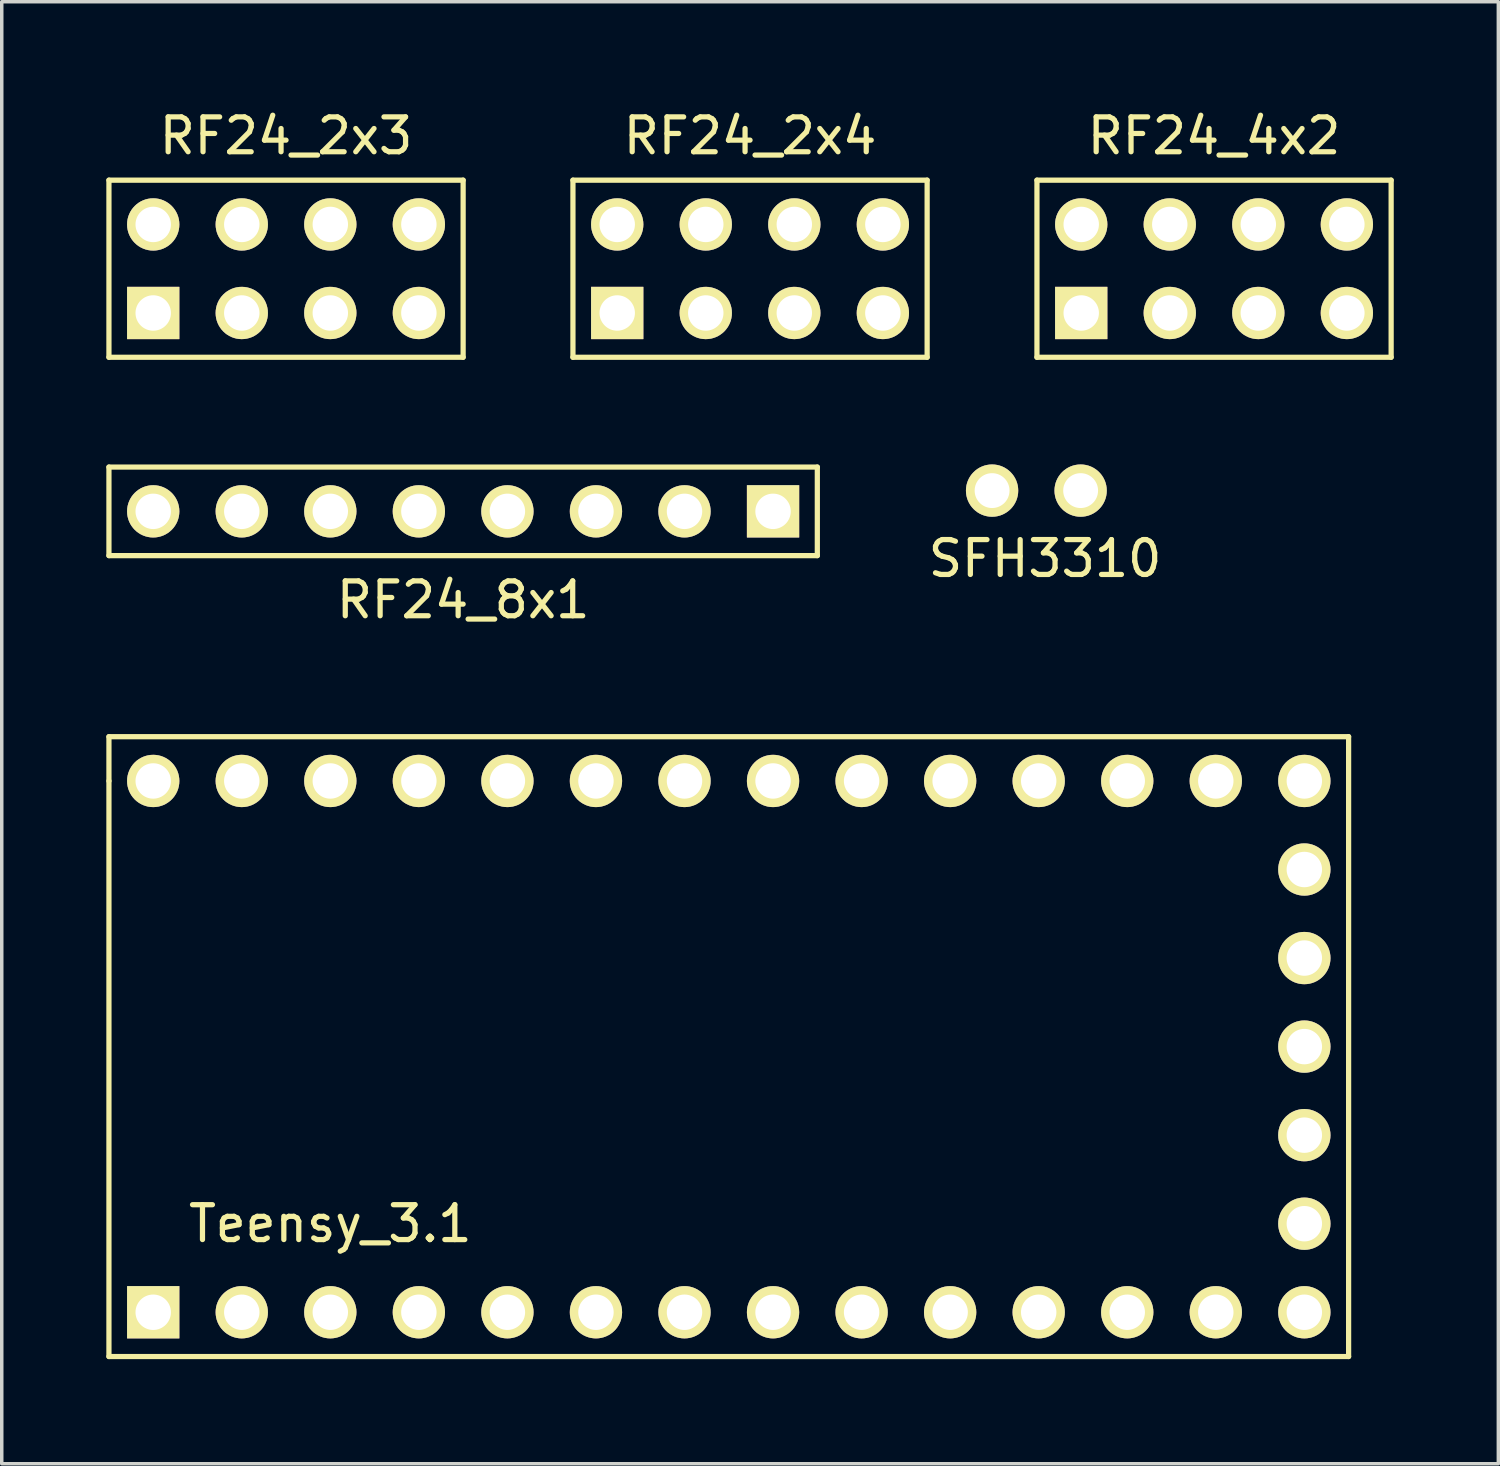
<source format=kicad_pcb>
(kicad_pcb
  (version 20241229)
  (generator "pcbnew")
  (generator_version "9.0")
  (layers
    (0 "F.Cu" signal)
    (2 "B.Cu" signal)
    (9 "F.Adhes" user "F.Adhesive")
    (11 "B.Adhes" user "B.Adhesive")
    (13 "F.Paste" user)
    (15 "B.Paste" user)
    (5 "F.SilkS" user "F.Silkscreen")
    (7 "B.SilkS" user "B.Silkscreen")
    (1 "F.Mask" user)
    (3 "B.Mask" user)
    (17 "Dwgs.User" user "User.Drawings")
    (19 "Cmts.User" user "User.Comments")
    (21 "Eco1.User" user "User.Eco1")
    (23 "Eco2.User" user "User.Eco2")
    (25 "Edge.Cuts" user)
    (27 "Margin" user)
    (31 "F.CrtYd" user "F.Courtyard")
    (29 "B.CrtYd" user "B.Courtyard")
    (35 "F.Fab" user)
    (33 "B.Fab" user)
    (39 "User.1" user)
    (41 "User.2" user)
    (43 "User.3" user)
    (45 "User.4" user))
  (footprint "Teensy_3.1"
    (layer "F.Cu")
    (at 6.425 34.592)
    (property "Reference" "Teensy_3.1" (at 0 -2.54 0) (layer "F.SilkS") (effects (font (size 1 1) (thickness 0.15))))
    (attr through_hole)
    (fp_line (start -6.35 -16.51) (end 29.21 -16.51) (stroke (width 0.15) (type solid)) (layer "F.SilkS"))
    (fp_line (start -6.35 -15.24) (end -6.35 -16.51) (stroke (width 0.15) (type solid)) (layer "F.SilkS"))
    (fp_line (start -6.35 1.27) (end -6.35 -15.24) (stroke (width 0.15) (type solid)) (layer "F.SilkS"))
    (fp_line (start 29.21 -16.51) (end 29.21 1.27) (stroke (width 0.15) (type solid)) (layer "F.SilkS"))
    (fp_line (start 29.21 1.27) (end -6.35 1.27) (stroke (width 0.15) (type solid)) (layer "F.SilkS"))
    (pad "0" thru_hole circle (at -2.54 0) (size 1.5 1.5) (drill 1.016) (layers "*.Cu" "*.Mask" "F.SilkS"))
    (pad "1" thru_hole circle (at 0 0) (size 1.5 1.5) (drill 1.016) (layers "*.Cu" "*.Mask" "F.SilkS"))
    (pad "2" thru_hole circle (at 2.54 0) (size 1.5 1.5) (drill 1.016) (layers "*.Cu" "*.Mask" "F.SilkS"))
    (pad "3" thru_hole circle (at 5.08 0) (size 1.5 1.5) (drill 1.016) (layers "*.Cu" "*.Mask" "F.SilkS"))
    (pad "4" thru_hole circle (at 7.62 0) (size 1.5 1.5) (drill 1.016) (layers "*.Cu" "*.Mask" "F.SilkS"))
    (pad "5" thru_hole circle (at 10.16 0) (size 1.5 1.5) (drill 1.016) (layers "*.Cu" "*.Mask" "F.SilkS"))
    (pad "6" thru_hole circle (at 12.7 0) (size 1.5 1.5) (drill 1.016) (layers "*.Cu" "*.Mask" "F.SilkS"))
    (pad "7" thru_hole circle (at 15.24 0) (size 1.5 1.5) (drill 1.016) (layers "*.Cu" "*.Mask" "F.SilkS"))
    (pad "8" thru_hole circle (at 17.78 0) (size 1.5 1.5) (drill 1.016) (layers "*.Cu" "*.Mask" "F.SilkS"))
    (pad "9" thru_hole circle (at 20.32 0) (size 1.5 1.5) (drill 1.016) (layers "*.Cu" "*.Mask" "F.SilkS"))
    (pad "10" thru_hole circle (at 22.86 0) (size 1.5 1.5) (drill 1.016) (layers "*.Cu" "*.Mask" "F.SilkS"))
    (pad "11" thru_hole circle (at 25.4 0) (size 1.5 1.5) (drill 1.016) (layers "*.Cu" "*.Mask" "F.SilkS"))
    (pad "12" thru_hole circle (at 27.94 0) (size 1.5 1.5) (drill 1.016) (layers "*.Cu" "*.Mask" "F.SilkS"))
    (pad "13" thru_hole circle (at 27.94 -15.24) (size 1.5 1.5) (drill 1.016) (layers "*.Cu" "*.Mask" "F.SilkS"))
    (pad "14" thru_hole circle (at 25.4 -15.24) (size 1.5 1.5) (drill 1.016) (layers "*.Cu" "*.Mask" "F.SilkS"))
    (pad "15" thru_hole circle (at 22.86 -15.24) (size 1.5 1.5) (drill 1.016) (layers "*.Cu" "*.Mask" "F.SilkS"))
    (pad "16" thru_hole circle (at 20.32 -15.24) (size 1.5 1.5) (drill 1.016) (layers "*.Cu" "*.Mask" "F.SilkS"))
    (pad "17" thru_hole circle (at 17.78 -15.24) (size 1.5 1.5) (drill 1.016) (layers "*.Cu" "*.Mask" "F.SilkS"))
    (pad "18" thru_hole circle (at 15.24 -15.24) (size 1.5 1.5) (drill 1.016) (layers "*.Cu" "*.Mask" "F.SilkS"))
    (pad "19" thru_hole circle (at 12.7 -15.24) (size 1.5 1.5) (drill 1.016) (layers "*.Cu" "*.Mask" "F.SilkS"))
    (pad "20" thru_hole circle (at 10.16 -15.24) (size 1.5 1.5) (drill 1.016) (layers "*.Cu" "*.Mask" "F.SilkS"))
    (pad "21" thru_hole circle (at 7.62 -15.24) (size 1.5 1.5) (drill 1.016) (layers "*.Cu" "*.Mask" "F.SilkS"))
    (pad "22" thru_hole circle (at 5.08 -15.24) (size 1.5 1.5) (drill 1.016) (layers "*.Cu" "*.Mask" "F.SilkS"))
    (pad "23" thru_hole circle (at 2.54 -15.24) (size 1.5 1.5) (drill 1.016) (layers "*.Cu" "*.Mask" "F.SilkS"))
    (pad "24" thru_hole circle (at 0 -15.24) (size 1.5 1.5) (drill 1.016) (layers "*.Cu" "*.Mask" "F.SilkS"))
    (pad "25" thru_hole circle (at -2.54 -15.24) (size 1.5 1.5) (drill 1.016) (layers "*.Cu" "*.Mask" "F.SilkS"))
    (pad "26" thru_hole circle (at -5.08 -15.24) (size 1.5 1.5) (drill 1.016) (layers "*.Cu" "*.Mask" "F.SilkS"))
    (pad "27" thru_hole rect (at -5.08 0) (size 1.5 1.5) (drill 1.016) (layers "*.Cu" "*.Mask" "F.SilkS"))
    (pad "28" thru_hole circle (at 27.94 -2.54) (size 1.5 1.5) (drill 1.016) (layers "*.Cu" "*.Mask" "F.SilkS"))
    (pad "29" thru_hole circle (at 27.94 -5.08) (size 1.5 1.5) (drill 1.016) (layers "*.Cu" "*.Mask" "F.SilkS"))
    (pad "30" thru_hole circle (at 27.94 -7.62) (size 1.5 1.5) (drill 1.016) (layers "*.Cu" "*.Mask" "F.SilkS"))
    (pad "31" thru_hole circle (at 27.94 -10.16) (size 1.5 1.5) (drill 1.016) (layers "*.Cu" "*.Mask" "F.SilkS"))
    (pad "32" thru_hole circle (at 27.94 -12.7) (size 1.5 1.5) (drill 1.016) (layers "*.Cu" "*.Mask" "F.SilkS")))
  (footprint "RF24_4x2"
    (layer "F.Cu")
    (at 31.775 4.658)
    (property "Reference" "RF24_4x2" (at 0 -3.81 0) (layer "F.SilkS") (effects (font (size 1 1) (thickness 0.15))))
    (attr through_hole)
    (fp_line (start -5.08 -2.54) (end -5.08 2.54) (stroke (width 0.15) (type solid)) (layer "F.SilkS"))
    (fp_line (start -5.08 2.54) (end 5.08 2.54) (stroke (width 0.15) (type solid)) (layer "F.SilkS"))
    (fp_line (start 5.08 -2.54) (end -5.08 -2.54) (stroke (width 0.15) (type solid)) (layer "F.SilkS"))
    (fp_line (start 5.08 2.54) (end 5.08 -2.54) (stroke (width 0.15) (type solid)) (layer "F.SilkS"))
    (pad "1" thru_hole rect (at -3.81 1.27) (size 1.5 1.5) (drill 1.016) (layers "*.Cu" "*.Mask" "F.SilkS"))
    (pad "2" thru_hole circle (at 3.81 -1.27) (size 1.5 1.5) (drill 1.016) (layers "*.Cu" "*.Mask" "F.SilkS"))
    (pad "3" thru_hole circle (at 3.81 1.27) (size 1.5 1.5) (drill 1.016) (layers "*.Cu" "*.Mask" "F.SilkS"))
    (pad "4" thru_hole circle (at 1.27 -1.27) (size 1.5 1.5) (drill 1.016) (layers "*.Cu" "*.Mask" "F.SilkS"))
    (pad "5" thru_hole circle (at 1.27 1.27) (size 1.5 1.5) (drill 1.016) (layers "*.Cu" "*.Mask" "F.SilkS"))
    (pad "6" thru_hole circle (at -1.27 -1.27) (size 1.5 1.5) (drill 1.016) (layers "*.Cu" "*.Mask" "F.SilkS"))
    (pad "7" thru_hole circle (at -1.27 1.27) (size 1.5 1.5) (drill 1.016) (layers "*.Cu" "*.Mask" "F.SilkS"))
    (pad "8" thru_hole circle (at -3.81 -1.27) (size 1.5 1.5) (drill 1.016) (layers "*.Cu" "*.Mask" "F.SilkS")))
  (footprint "RF24_2x4"
    (layer "F.Cu")
    (at 18.465 4.658)
    (property "Reference" "RF24_2x4" (at 0 -3.81 0) (layer "F.SilkS") (effects (font (size 1 1) (thickness 0.15))))
    (attr through_hole)
    (fp_line (start -5.08 -2.54) (end -5.08 2.54) (stroke (width 0.15) (type solid)) (layer "F.SilkS"))
    (fp_line (start -5.08 2.54) (end 5.08 2.54) (stroke (width 0.15) (type solid)) (layer "F.SilkS"))
    (fp_line (start 5.08 -2.54) (end -5.08 -2.54) (stroke (width 0.15) (type solid)) (layer "F.SilkS"))
    (fp_line (start 5.08 2.54) (end 5.08 -2.54) (stroke (width 0.15) (type solid)) (layer "F.SilkS"))
    (pad "1" thru_hole rect (at -3.81 1.27) (size 1.5 1.5) (drill 1.016) (layers "*.Cu" "*.Mask" "F.SilkS"))
    (pad "2" thru_hole circle (at -3.81 -1.27) (size 1.5 1.5) (drill 1.016) (layers "*.Cu" "*.Mask" "F.SilkS"))
    (pad "3" thru_hole circle (at -1.27 1.27) (size 1.5 1.5) (drill 1.016) (layers "*.Cu" "*.Mask" "F.SilkS"))
    (pad "4" thru_hole circle (at -1.27 -1.27) (size 1.5 1.5) (drill 1.016) (layers "*.Cu" "*.Mask" "F.SilkS"))
    (pad "5" thru_hole circle (at 1.27 1.27) (size 1.5 1.5) (drill 1.016) (layers "*.Cu" "*.Mask" "F.SilkS"))
    (pad "6" thru_hole circle (at 1.27 -1.27) (size 1.5 1.5) (drill 1.016) (layers "*.Cu" "*.Mask" "F.SilkS"))
    (pad "7" thru_hole circle (at 3.81 1.27) (size 1.5 1.5) (drill 1.016) (layers "*.Cu" "*.Mask" "F.SilkS"))
    (pad "8" thru_hole circle (at 3.81 -1.27) (size 1.5 1.5) (drill 1.016) (layers "*.Cu" "*.Mask" "F.SilkS")))
  (footprint "RF24_2x3"
    (layer "F.Cu")
    (at 5.155 4.658)
    (property "Reference" "RF24_2x3" (at 0 -3.81 0) (layer "F.SilkS") (effects (font (size 1 1) (thickness 0.15))))
    (attr through_hole)
    (fp_line (start -5.08 -2.54) (end -5.08 2.54) (stroke (width 0.15) (type solid)) (layer "F.SilkS"))
    (fp_line (start -5.08 2.54) (end 5.08 2.54) (stroke (width 0.15) (type solid)) (layer "F.SilkS"))
    (fp_line (start 5.08 -2.54) (end -5.08 -2.54) (stroke (width 0.15) (type solid)) (layer "F.SilkS"))
    (fp_line (start 5.08 2.54) (end 5.08 -2.54) (stroke (width 0.15) (type solid)) (layer "F.SilkS"))
    (pad "1" thru_hole rect (at -3.81 1.27) (size 1.5 1.5) (drill 1.016) (layers "*.Cu" "*.Mask" "F.SilkS"))
    (pad "2" thru_hole circle (at -3.81 -1.27) (size 1.5 1.5) (drill 1.016) (layers "*.Cu" "*.Mask" "F.SilkS"))
    (pad "3" thru_hole circle (at -1.27 1.27) (size 1.5 1.5) (drill 1.016) (layers "*.Cu" "*.Mask" "F.SilkS"))
    (pad "4" thru_hole circle (at -1.27 -1.27) (size 1.5 1.5) (drill 1.016) (layers "*.Cu" "*.Mask" "F.SilkS"))
    (pad "5" thru_hole circle (at 1.27 1.27) (size 1.5 1.5) (drill 1.016) (layers "*.Cu" "*.Mask" "F.SilkS"))
    (pad "6" thru_hole circle (at 1.27 -1.27) (size 1.5 1.5) (drill 1.016) (layers "*.Cu" "*.Mask" "F.SilkS"))
    (pad "7" thru_hole circle (at 3.81 1.27) (size 1.5 1.5) (drill 1.016) (layers "*.Cu" "*.Mask" "F.SilkS"))
    (pad "8" thru_hole circle (at 3.81 -1.27) (size 1.5 1.5) (drill 1.016) (layers "*.Cu" "*.Mask" "F.SilkS")))
  (footprint "RF24_8x1"
    (layer "F.Cu")
    (at 10.235 12.888)
    (property "Reference" "RF24_8x1" (at 0 1.27 0) (layer "F.SilkS") (effects (font (size 1 1) (thickness 0.15))))
    (attr through_hole)
    (fp_line (start -10.16 -2.54) (end -10.16 0) (stroke (width 0.15) (type solid)) (layer "F.SilkS"))
    (fp_line (start -10.16 0) (end 10.16 0) (stroke (width 0.15) (type solid)) (layer "F.SilkS"))
    (fp_line (start 10.16 -2.54) (end -10.16 -2.54) (stroke (width 0.15) (type solid)) (layer "F.SilkS"))
    (fp_line (start 10.16 0) (end 10.16 -2.54) (stroke (width 0.15) (type solid)) (layer "F.SilkS"))
    (pad "1" thru_hole rect (at 8.89 -1.27 180) (size 1.5 1.5) (drill 1.016) (layers "*.Cu" "*.Mask" "F.SilkS"))
    (pad "2" thru_hole circle (at 6.35 -1.27 180) (size 1.5 1.5) (drill 1.016) (layers "*.Cu" "*.Mask" "F.SilkS"))
    (pad "3" thru_hole circle (at 3.81 -1.27 180) (size 1.5 1.5) (drill 1.016) (layers "*.Cu" "*.Mask" "F.SilkS"))
    (pad "4" thru_hole circle (at 1.27 -1.27 180) (size 1.5 1.5) (drill 1.016) (layers "*.Cu" "*.Mask" "F.SilkS"))
    (pad "5" thru_hole circle (at -1.27 -1.27 180) (size 1.5 1.5) (drill 1.016) (layers "*.Cu" "*.Mask" "F.SilkS"))
    (pad "6" thru_hole circle (at -3.81 -1.27 180) (size 1.5 1.5) (drill 1.016) (layers "*.Cu" "*.Mask" "F.SilkS"))
    (pad "7" thru_hole circle (at -6.35 -1.27 180) (size 1.5 1.5) (drill 1.016) (layers "*.Cu" "*.Mask" "F.SilkS"))
    (pad "8" thru_hole circle (at -8.89 -1.27 180) (size 1.5 1.5) (drill 1.016) (layers "*.Cu" "*.Mask" "F.SilkS")))
  (footprint "SFH3310"
    (layer "F.Cu")
    (at 26.678 11.023)
    (property "Reference" "SFH3310" (at 0.25 1.95 0) (layer "F.SilkS") (effects (font (size 1 1) (thickness 0.15))))
    (attr through_hole)
    (pad "1" thru_hole circle (at -1.27 0) (size 1.5 1.5) (drill 1) (layers "*.Cu" "*.Mask" "F.SilkS"))
    (pad "3" thru_hole circle (at 1.27 0) (size 1.5 1.5) (drill 1) (layers "*.Cu" "*.Mask" "F.SilkS")))
  (gr_rect
    (start -3 -3)
    (end 39.93 38.937)
    (stroke (width 0.1) (type default))
    (fill no)
    (layer "Edge.Cuts")))
</source>
